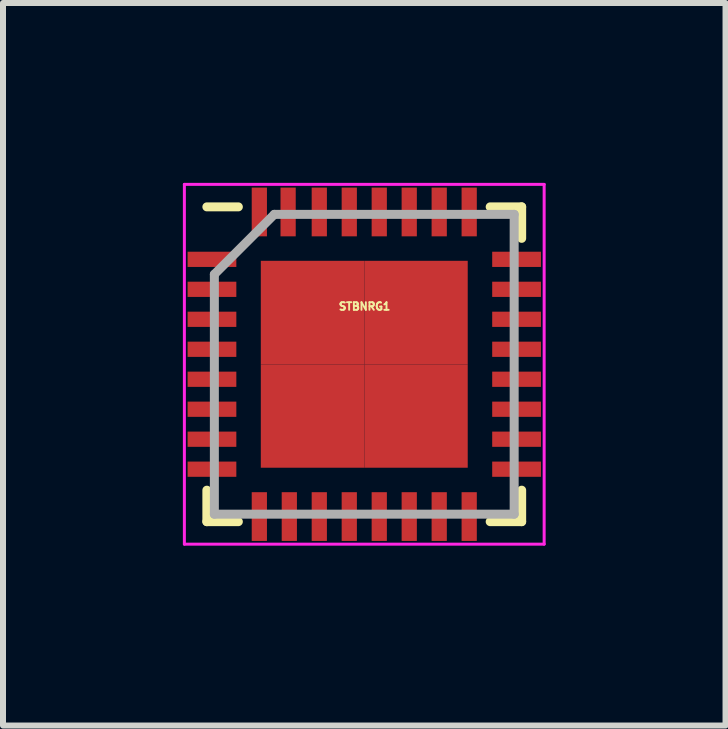
<source format=kicad_pcb>
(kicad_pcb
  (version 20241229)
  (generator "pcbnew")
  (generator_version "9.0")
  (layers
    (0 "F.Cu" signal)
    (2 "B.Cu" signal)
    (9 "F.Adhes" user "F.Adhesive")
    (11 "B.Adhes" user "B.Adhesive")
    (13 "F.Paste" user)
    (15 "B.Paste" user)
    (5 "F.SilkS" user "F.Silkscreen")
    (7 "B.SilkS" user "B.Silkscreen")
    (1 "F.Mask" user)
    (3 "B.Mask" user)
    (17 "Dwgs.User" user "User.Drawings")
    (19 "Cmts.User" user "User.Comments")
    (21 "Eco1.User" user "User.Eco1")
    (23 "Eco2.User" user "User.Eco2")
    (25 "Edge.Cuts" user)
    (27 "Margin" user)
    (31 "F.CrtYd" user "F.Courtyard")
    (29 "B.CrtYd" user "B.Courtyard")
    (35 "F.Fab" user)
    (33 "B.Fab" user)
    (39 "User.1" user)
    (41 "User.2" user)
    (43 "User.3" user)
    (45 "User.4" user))
  (footprint "STBNRG1"
    (layer "F.Cu")
    (at 3.025 3.025)
    (property "Reference" "STBNRG1" (at 0.005 -0.965 0) (layer "F.SilkS") (effects (font (size 0.127 0.127) (thickness 0.032))))
    (attr smd)
    (fp_line (start -2.625 -2.625) (end -2.1 -2.625) (stroke (width 0.15) (type solid)) (layer "F.SilkS"))
    (fp_line (start -2.625 2.625) (end -2.625 2.1) (stroke (width 0.15) (type solid)) (layer "F.SilkS"))
    (fp_line (start -2.625 2.625) (end -2.1 2.625) (stroke (width 0.15) (type solid)) (layer "F.SilkS"))
    (fp_line (start 2.625 -2.625) (end 2.1 -2.625) (stroke (width 0.15) (type solid)) (layer "F.SilkS"))
    (fp_line (start 2.625 -2.625) (end 2.625 -2.1) (stroke (width 0.15) (type solid)) (layer "F.SilkS"))
    (fp_line (start 2.625 2.625) (end 2.1 2.625) (stroke (width 0.15) (type solid)) (layer "F.SilkS"))
    (fp_line (start 2.625 2.625) (end 2.625 2.1) (stroke (width 0.15) (type solid)) (layer "F.SilkS"))
    (fp_line (start -3 -3) (end -3 3) (stroke (width 0.05) (type solid)) (layer "F.CrtYd"))
    (fp_line (start -3 -3) (end 3 -3) (stroke (width 0.05) (type solid)) (layer "F.CrtYd"))
    (fp_line (start -3 3) (end 3 3) (stroke (width 0.05) (type solid)) (layer "F.CrtYd"))
    (fp_line (start 3 -3) (end 3 3) (stroke (width 0.05) (type solid)) (layer "F.CrtYd"))
    (fp_line (start -2.5 -1.5) (end -1.5 -2.5) (stroke (width 0.15) (type solid)) (layer "F.Fab"))
    (fp_line (start -2.5 2.5) (end -2.5 -1.5) (stroke (width 0.15) (type solid)) (layer "F.Fab"))
    (fp_line (start -1.5 -2.5) (end 2.5 -2.5) (stroke (width 0.15) (type solid)) (layer "F.Fab"))
    (fp_line (start 2.5 -2.5) (end 2.5 2.5) (stroke (width 0.15) (type solid)) (layer "F.Fab"))
    (fp_line (start 2.5 2.5) (end -2.5 2.5) (stroke (width 0.15) (type solid)) (layer "F.Fab"))
    (pad "1" smd rect (at -2.54 -1.75) (size 0.813 0.254) (layers "F.Cu" "F.Mask" "F.Paste"))
    (pad "2" smd rect (at -2.54 -1.25) (size 0.813 0.254) (layers "F.Cu" "F.Mask" "F.Paste"))
    (pad "3" smd rect (at -2.54 -0.75) (size 0.813 0.254) (layers "F.Cu" "F.Mask" "F.Paste"))
    (pad "4" smd rect (at -2.54 -0.25) (size 0.813 0.254) (layers "F.Cu" "F.Mask" "F.Paste"))
    (pad "5" smd rect (at -2.54 0.25) (size 0.813 0.254) (layers "F.Cu" "F.Mask" "F.Paste"))
    (pad "6" smd rect (at -2.54 0.75) (size 0.813 0.254) (layers "F.Cu" "F.Mask" "F.Paste"))
    (pad "7" smd rect (at -2.54 1.25) (size 0.813 0.254) (layers "F.Cu" "F.Mask" "F.Paste"))
    (pad "8" smd rect (at -2.54 1.75) (size 0.813 0.254) (layers "F.Cu" "F.Mask" "F.Paste"))
    (pad "9" smd rect (at -1.75 2.54 90) (size 0.813 0.254) (layers "F.Cu" "F.Mask" "F.Paste"))
    (pad "10" smd rect (at -1.25 2.54 90) (size 0.813 0.254) (layers "F.Cu" "F.Mask" "F.Paste"))
    (pad "11" smd rect (at -0.75 2.54 90) (size 0.813 0.254) (layers "F.Cu" "F.Mask" "F.Paste"))
    (pad "12" smd rect (at -0.25 2.54 90) (size 0.813 0.254) (layers "F.Cu" "F.Mask" "F.Paste"))
    (pad "13" smd rect (at 0.25 2.54 90) (size 0.813 0.254) (layers "F.Cu" "F.Mask" "F.Paste"))
    (pad "14" smd rect (at 0.75 2.54 90) (size 0.813 0.254) (layers "F.Cu" "F.Mask" "F.Paste"))
    (pad "15" smd rect (at 1.25 2.54 90) (size 0.813 0.254) (layers "F.Cu" "F.Mask" "F.Paste"))
    (pad "16" smd rect (at 1.75 2.54 90) (size 0.813 0.254) (layers "F.Cu" "F.Mask" "F.Paste"))
    (pad "17" smd rect (at 2.54 1.75) (size 0.813 0.254) (layers "F.Cu" "F.Mask" "F.Paste"))
    (pad "18" smd rect (at 2.54 1.25) (size 0.813 0.254) (layers "F.Cu" "F.Mask" "F.Paste"))
    (pad "19" smd rect (at 2.54 0.75) (size 0.813 0.254) (layers "F.Cu" "F.Mask" "F.Paste"))
    (pad "20" smd rect (at 2.54 0.25) (size 0.813 0.254) (layers "F.Cu" "F.Mask" "F.Paste"))
    (pad "21" smd rect (at 2.54 -0.25) (size 0.813 0.254) (layers "F.Cu" "F.Mask" "F.Paste"))
    (pad "22" smd rect (at 2.54 -0.75) (size 0.813 0.254) (layers "F.Cu" "F.Mask" "F.Paste"))
    (pad "23" smd rect (at 2.54 -1.25) (size 0.813 0.254) (layers "F.Cu" "F.Mask" "F.Paste"))
    (pad "24" smd rect (at 2.54 -1.75) (size 0.813 0.254) (layers "F.Cu" "F.Mask" "F.Paste"))
    (pad "25" smd rect (at 1.75 -2.54 90) (size 0.813 0.254) (layers "F.Cu" "F.Mask" "F.Paste"))
    (pad "26" smd rect (at 1.25 -2.54 90) (size 0.813 0.254) (layers "F.Cu" "F.Mask" "F.Paste"))
    (pad "27" smd rect (at 0.75 -2.54 90) (size 0.813 0.254) (layers "F.Cu" "F.Mask" "F.Paste"))
    (pad "28" smd rect (at 0.25 -2.54 90) (size 0.813 0.254) (layers "F.Cu" "F.Mask" "F.Paste"))
    (pad "29" smd rect (at -0.25 -2.54 90) (size 0.813 0.254) (layers "F.Cu" "F.Mask" "F.Paste"))
    (pad "30" smd rect (at -0.75 -2.54 90) (size 0.813 0.254) (layers "F.Cu" "F.Mask" "F.Paste"))
    (pad "31" smd rect (at -1.27 -2.54 90) (size 0.813 0.254) (layers "F.Cu" "F.Mask" "F.Paste"))
    (pad "32" smd rect (at -1.75 -2.54 90) (size 0.813 0.254) (layers "F.Cu" "F.Mask" "F.Paste"))
    (pad "33" smd rect (at -0.863 -0.863) (size 1.725 1.725) (layers "F.Cu" "F.Mask" "F.Paste"))
    (pad "33" smd rect (at -0.863 0.863) (size 1.725 1.725) (layers "F.Cu" "F.Mask" "F.Paste"))
    (pad "33" smd rect (at 0.863 -0.863) (size 1.725 1.725) (layers "F.Cu" "F.Mask" "F.Paste"))
    (pad "33" smd rect (at 0.863 0.863) (size 1.725 1.725) (layers "F.Cu" "F.Mask" "F.Paste")))
  (gr_rect
    (start -3 -3)
    (end 9.05 9.05)
    (stroke (width 0.1) (type default))
    (fill no)
    (layer "Edge.Cuts")))
</source>
